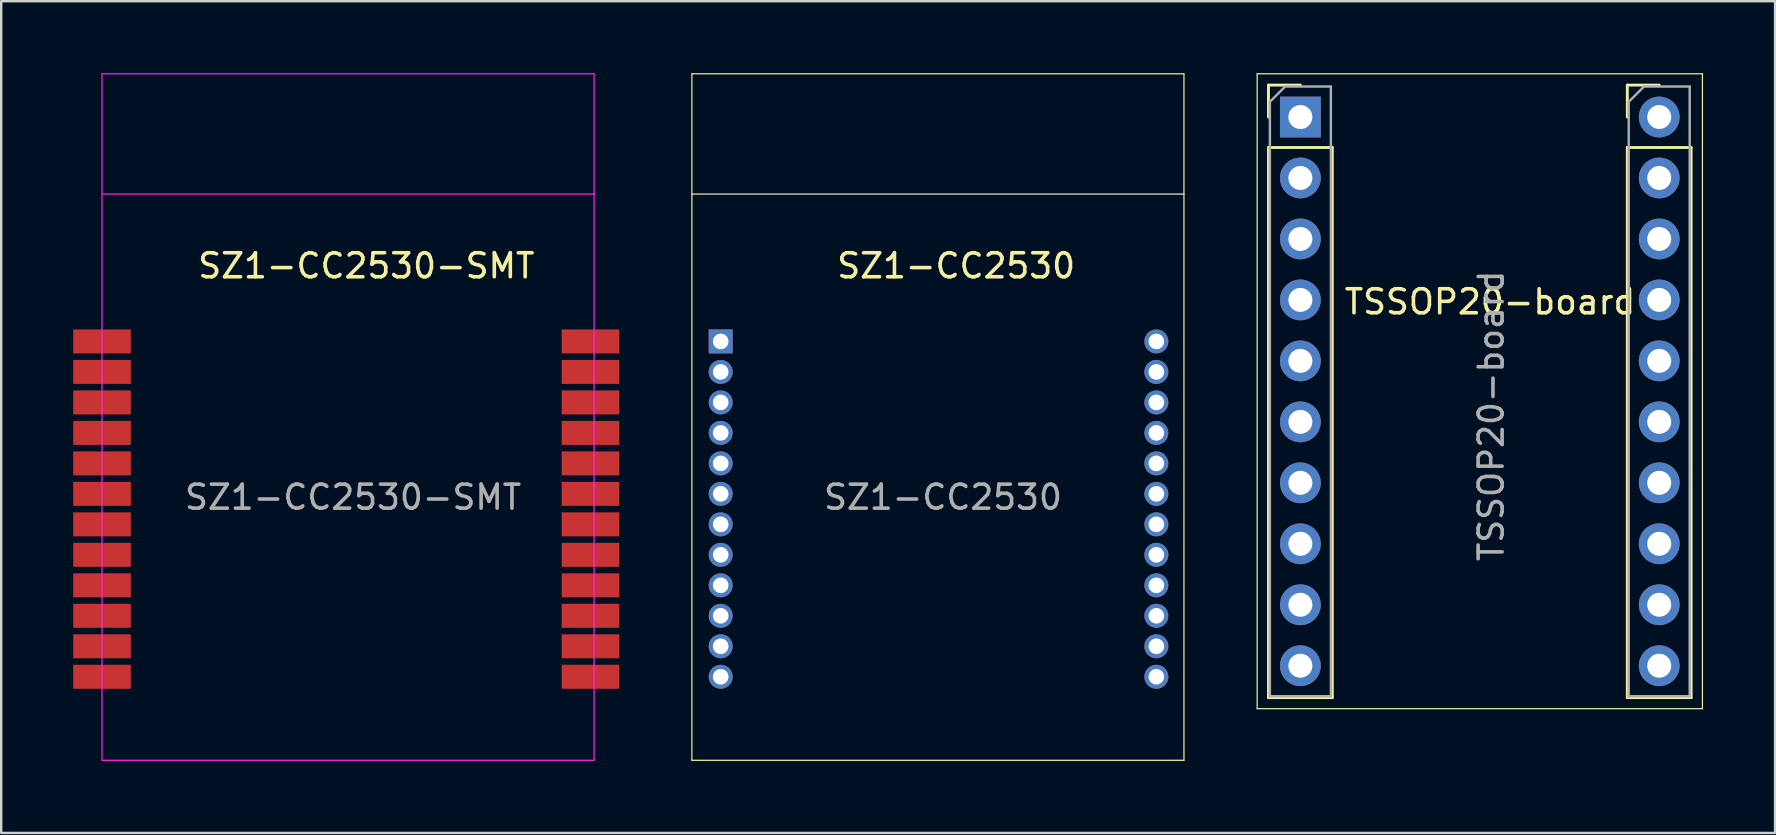
<source format=kicad_pcb>
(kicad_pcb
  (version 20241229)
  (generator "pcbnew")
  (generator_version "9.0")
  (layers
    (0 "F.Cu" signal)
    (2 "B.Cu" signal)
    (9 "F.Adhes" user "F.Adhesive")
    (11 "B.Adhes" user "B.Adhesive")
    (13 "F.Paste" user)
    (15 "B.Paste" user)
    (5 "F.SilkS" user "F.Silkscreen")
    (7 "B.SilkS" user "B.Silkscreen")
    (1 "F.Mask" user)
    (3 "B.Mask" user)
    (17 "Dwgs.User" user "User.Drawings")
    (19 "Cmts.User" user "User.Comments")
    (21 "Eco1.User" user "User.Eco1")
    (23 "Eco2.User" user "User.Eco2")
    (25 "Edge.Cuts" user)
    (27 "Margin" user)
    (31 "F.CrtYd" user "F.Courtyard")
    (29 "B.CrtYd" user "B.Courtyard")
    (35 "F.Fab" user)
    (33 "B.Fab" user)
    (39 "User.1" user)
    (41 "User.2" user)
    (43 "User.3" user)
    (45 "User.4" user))
  (footprint "SZ1-CC2530"
    (layer "F.Cu")
    (at 26.975 11.175)
    (property "Reference" "SZ1-CC2530" (at 9.81 -3.15 0) (layer "F.SilkS") (effects (font (size 1 1) (thickness 0.15))))
    (attr through_hole)
    (fp_line (start -1.2 -11.15) (end -1.2 17.45) (stroke (width 0.05) (type solid)) (layer "F.SilkS"))
    (fp_line (start -1.2 -11.15) (end 19.3 -11.15) (stroke (width 0.05) (type solid)) (layer "F.SilkS"))
    (fp_line (start -1.2 -6.14) (end 19.3 -6.14) (stroke (width 0.05) (type solid)) (layer "F.SilkS"))
    (fp_line (start -1.2 17.45) (end 19.3 17.45) (stroke (width 0.05) (type solid)) (layer "F.SilkS"))
    (fp_line (start 19.3 -11.15) (end 19.3 17.45) (stroke (width 0.05) (type solid)) (layer "F.SilkS"))
    (fp_text user "${REFERENCE}" (at 9.26 6.49 180) (layer "F.Fab") (effects (font (size 1 1) (thickness 0.15))))
    (pad "1" thru_hole rect (at 0 0) (size 1 1) (drill 0.65) (layers "*.Cu" "*.Mask"))
    (pad "2" thru_hole oval (at 0 1.27) (size 1 1) (drill 0.65) (layers "*.Cu" "*.Mask"))
    (pad "3" thru_hole oval (at 0 2.54) (size 1 1) (drill 0.65) (layers "*.Cu" "*.Mask"))
    (pad "4" thru_hole oval (at 0 3.81) (size 1 1) (drill 0.65) (layers "*.Cu" "*.Mask"))
    (pad "5" thru_hole oval (at 0 5.08) (size 1 1) (drill 0.65) (layers "*.Cu" "*.Mask"))
    (pad "6" thru_hole oval (at 0 6.35) (size 1 1) (drill 0.65) (layers "*.Cu" "*.Mask"))
    (pad "7" thru_hole oval (at 0 7.62) (size 1 1) (drill 0.65) (layers "*.Cu" "*.Mask"))
    (pad "8" thru_hole oval (at 0 8.89) (size 1 1) (drill 0.65) (layers "*.Cu" "*.Mask"))
    (pad "9" thru_hole oval (at 0 10.16) (size 1 1) (drill 0.65) (layers "*.Cu" "*.Mask"))
    (pad "10" thru_hole oval (at 0 11.43) (size 1 1) (drill 0.65) (layers "*.Cu" "*.Mask"))
    (pad "11" thru_hole oval (at 0 12.7) (size 1 1) (drill 0.65) (layers "*.Cu" "*.Mask"))
    (pad "12" thru_hole oval (at 0 13.97) (size 1 1) (drill 0.65) (layers "*.Cu" "*.Mask"))
    (pad "13" thru_hole oval (at 18.15 13.97) (size 1 1) (drill 0.65) (layers "*.Cu" "*.Mask"))
    (pad "14" thru_hole oval (at 18.15 12.7) (size 1 1) (drill 0.65) (layers "*.Cu" "*.Mask"))
    (pad "15" thru_hole oval (at 18.15 11.43) (size 1 1) (drill 0.65) (layers "*.Cu" "*.Mask"))
    (pad "16" thru_hole oval (at 18.15 10.16) (size 1 1) (drill 0.65) (layers "*.Cu" "*.Mask"))
    (pad "17" thru_hole oval (at 18.15 8.89) (size 1 1) (drill 0.65) (layers "*.Cu" "*.Mask"))
    (pad "18" thru_hole oval (at 18.15 7.62) (size 1 1) (drill 0.65) (layers "*.Cu" "*.Mask"))
    (pad "19" thru_hole oval (at 18.15 6.35) (size 1 1) (drill 0.65) (layers "*.Cu" "*.Mask"))
    (pad "20" thru_hole oval (at 18.15 5.08) (size 1 1) (drill 0.65) (layers "*.Cu" "*.Mask"))
    (pad "21" thru_hole oval (at 18.15 3.81) (size 1 1) (drill 0.65) (layers "*.Cu" "*.Mask"))
    (pad "22" thru_hole oval (at 18.15 2.54) (size 1 1) (drill 0.65) (layers "*.Cu" "*.Mask"))
    (pad "23" thru_hole oval (at 18.15 1.27) (size 1 1) (drill 0.65) (layers "*.Cu" "*.Mask"))
    (pad "24" thru_hole circle (at 18.15 0) (size 1 1) (drill 0.65) (layers "*.Cu" "*.Mask")))
  (footprint "TSSOP20-board"
    (layer "F.Cu")
    (at 51.125 1.825)
    (property "Reference" "TSSOP20-board" (at 7.9 7.7 0) (layer "F.SilkS") (effects (font (size 1 1) (thickness 0.15))))
    (attr through_hole)
    (fp_line (start -1.8 -1.8) (end -1.8 24.65) (stroke (width 0.05) (type solid)) (layer "F.SilkS"))
    (fp_line (start -1.8 -1.8) (end 16.75 -1.8) (stroke (width 0.05) (type solid)) (layer "F.SilkS"))
    (fp_line (start -1.8 24.65) (end 16.75 24.65) (stroke (width 0.05) (type solid)) (layer "F.SilkS"))
    (fp_line (start -1.33 -1.33) (end 0 -1.33) (stroke (width 0.12) (type solid)) (layer "F.SilkS"))
    (fp_line (start -1.33 0) (end -1.33 -1.33) (stroke (width 0.12) (type solid)) (layer "F.SilkS"))
    (fp_line (start -1.33 1.27) (end -1.33 24.19) (stroke (width 0.12) (type solid)) (layer "F.SilkS"))
    (fp_line (start -1.33 1.27) (end 1.33 1.27) (stroke (width 0.12) (type solid)) (layer "F.SilkS"))
    (fp_line (start -1.33 24.19) (end 1.33 24.19) (stroke (width 0.12) (type solid)) (layer "F.SilkS"))
    (fp_line (start 1.33 1.27) (end 1.33 24.19) (stroke (width 0.12) (type solid)) (layer "F.SilkS"))
    (fp_line (start 13.62 -1.33) (end 14.95 -1.33) (stroke (width 0.12) (type solid)) (layer "F.SilkS"))
    (fp_line (start 13.62 0) (end 13.62 -1.33) (stroke (width 0.12) (type solid)) (layer "F.SilkS"))
    (fp_line (start 13.62 1.27) (end 13.62 24.19) (stroke (width 0.12) (type solid)) (layer "F.SilkS"))
    (fp_line (start 13.62 1.27) (end 16.28 1.27) (stroke (width 0.12) (type solid)) (layer "F.SilkS"))
    (fp_line (start 13.62 24.19) (end 16.28 24.19) (stroke (width 0.12) (type solid)) (layer "F.SilkS"))
    (fp_line (start 16.28 1.27) (end 16.28 24.19) (stroke (width 0.12) (type solid)) (layer "F.SilkS"))
    (fp_line (start 16.75 24.65) (end 16.75 -1.8) (stroke (width 0.05) (type solid)) (layer "F.SilkS"))
    (fp_line (start -1.27 -0.635) (end -0.635 -1.27) (stroke (width 0.1) (type solid)) (layer "F.Fab"))
    (fp_line (start -1.27 24.13) (end -1.27 -0.635) (stroke (width 0.1) (type solid)) (layer "F.Fab"))
    (fp_line (start -0.635 -1.27) (end 1.27 -1.27) (stroke (width 0.1) (type solid)) (layer "F.Fab"))
    (fp_line (start 1.27 -1.27) (end 1.27 24.13) (stroke (width 0.1) (type solid)) (layer "F.Fab"))
    (fp_line (start 1.27 24.13) (end -1.27 24.13) (stroke (width 0.1) (type solid)) (layer "F.Fab"))
    (fp_line (start 13.68 -0.635) (end 14.315 -1.27) (stroke (width 0.1) (type solid)) (layer "F.Fab"))
    (fp_line (start 13.68 24.13) (end 13.68 -0.635) (stroke (width 0.1) (type solid)) (layer "F.Fab"))
    (fp_line (start 14.315 -1.27) (end 16.22 -1.27) (stroke (width 0.1) (type solid)) (layer "F.Fab"))
    (fp_line (start 16.22 -1.27) (end 16.22 24.13) (stroke (width 0.1) (type solid)) (layer "F.Fab"))
    (fp_line (start 16.22 24.13) (end 13.68 24.13) (stroke (width 0.1) (type solid)) (layer "F.Fab"))
    (fp_text user "${REFERENCE}" (at 7.95 12.45 90) (layer "F.Fab") (effects (font (size 1 1) (thickness 0.15))))
    (pad "1" thru_hole rect (at 0 0) (size 1.7 1.7) (drill 1) (layers "*.Cu" "*.Mask"))
    (pad "2" thru_hole oval (at 0 2.54) (size 1.7 1.7) (drill 1) (layers "*.Cu" "*.Mask"))
    (pad "3" thru_hole oval (at 0 5.08) (size 1.7 1.7) (drill 1) (layers "*.Cu" "*.Mask"))
    (pad "4" thru_hole oval (at 0 7.62) (size 1.7 1.7) (drill 1) (layers "*.Cu" "*.Mask"))
    (pad "5" thru_hole oval (at 0 10.16) (size 1.7 1.7) (drill 1) (layers "*.Cu" "*.Mask"))
    (pad "6" thru_hole oval (at 0 12.7) (size 1.7 1.7) (drill 1) (layers "*.Cu" "*.Mask"))
    (pad "7" thru_hole oval (at 0 15.24) (size 1.7 1.7) (drill 1) (layers "*.Cu" "*.Mask"))
    (pad "8" thru_hole oval (at 0 17.78) (size 1.7 1.7) (drill 1) (layers "*.Cu" "*.Mask"))
    (pad "9" thru_hole oval (at 0 20.32) (size 1.7 1.7) (drill 1) (layers "*.Cu" "*.Mask"))
    (pad "10" thru_hole oval (at 0 22.86) (size 1.7 1.7) (drill 1) (layers "*.Cu" "*.Mask"))
    (pad "11" thru_hole oval (at 14.95 22.86) (size 1.7 1.7) (drill 1) (layers "*.Cu" "*.Mask"))
    (pad "12" thru_hole oval (at 14.95 20.32) (size 1.7 1.7) (drill 1) (layers "*.Cu" "*.Mask"))
    (pad "13" thru_hole oval (at 14.95 17.78) (size 1.7 1.7) (drill 1) (layers "*.Cu" "*.Mask"))
    (pad "14" thru_hole oval (at 14.95 15.24) (size 1.7 1.7) (drill 1) (layers "*.Cu" "*.Mask"))
    (pad "15" thru_hole oval (at 14.95 12.7) (size 1.7 1.7) (drill 1) (layers "*.Cu" "*.Mask"))
    (pad "16" thru_hole oval (at 14.95 10.16) (size 1.7 1.7) (drill 1) (layers "*.Cu" "*.Mask"))
    (pad "17" thru_hole oval (at 14.95 7.62) (size 1.7 1.7) (drill 1) (layers "*.Cu" "*.Mask"))
    (pad "18" thru_hole oval (at 14.95 5.08) (size 1.7 1.7) (drill 1) (layers "*.Cu" "*.Mask"))
    (pad "19" thru_hole oval (at 14.95 2.54) (size 1.7 1.7) (drill 1) (layers "*.Cu" "*.Mask"))
    (pad "20" thru_hole circle (at 14.95 0) (size 1.7 1.7) (drill 1) (layers "*.Cu" "*.Mask")))
  (footprint "SZ1-CC2530-SMT"
    (layer "F.Cu")
    (at 2.4 11.175)
    (property "Reference" "SZ1-CC2530-SMT" (at 9.81 -3.15 0) (layer "F.SilkS") (effects (font (size 1 1) (thickness 0.15))))
    (attr through_hole)
    (fp_line (start -1.2 -11.15) (end -1.2 17.45) (stroke (width 0.05) (type solid)) (layer "F.CrtYd"))
    (fp_line (start -1.2 -11.15) (end 19.3 -11.15) (stroke (width 0.05) (type solid)) (layer "F.CrtYd"))
    (fp_line (start -1.2 17.45) (end 19.3 17.45) (stroke (width 0.05) (type solid)) (layer "F.CrtYd"))
    (fp_line (start -1.19 -6.14) (end 19.31 -6.14) (stroke (width 0.05) (type solid)) (layer "F.CrtYd"))
    (fp_line (start 19.3 -11.15) (end 19.3 17.45) (stroke (width 0.05) (type solid)) (layer "F.CrtYd"))
    (fp_text user "${REFERENCE}" (at 9.26 6.49 180) (layer "F.Fab") (effects (font (size 1 1) (thickness 0.15))))
    (pad "1" smd rect (at -1.2 0) (size 2.4 1) (layers "F.Cu" "F.Mask" "F.Paste"))
    (pad "2" smd rect (at -1.2 1.27) (size 2.4 1) (layers "F.Cu" "F.Mask" "F.Paste"))
    (pad "3" smd rect (at -1.2 2.54) (size 2.4 1) (layers "F.Cu" "F.Mask" "F.Paste"))
    (pad "4" smd rect (at -1.2 3.81) (size 2.4 1) (layers "F.Cu" "F.Mask" "F.Paste"))
    (pad "5" smd rect (at -1.2 5.08) (size 2.4 1) (layers "F.Cu" "F.Mask" "F.Paste"))
    (pad "6" smd rect (at -1.2 6.35) (size 2.4 1) (layers "F.Cu" "F.Mask" "F.Paste"))
    (pad "7" smd rect (at -1.2 7.62) (size 2.4 1) (layers "F.Cu" "F.Mask" "F.Paste"))
    (pad "8" smd rect (at -1.2 8.89) (size 2.4 1) (layers "F.Cu" "F.Mask" "F.Paste"))
    (pad "9" smd rect (at -1.2 10.16) (size 2.4 1) (layers "F.Cu" "F.Mask" "F.Paste"))
    (pad "10" smd rect (at -1.2 11.43) (size 2.4 1) (layers "F.Cu" "F.Mask" "F.Paste"))
    (pad "11" smd rect (at -1.2 12.7) (size 2.4 1) (layers "F.Cu" "F.Mask" "F.Paste"))
    (pad "12" smd rect (at -1.2 13.97) (size 2.4 1) (layers "F.Cu" "F.Mask" "F.Paste"))
    (pad "13" smd rect (at 19.15 13.97) (size 2.4 1) (layers "F.Cu" "F.Mask" "F.Paste"))
    (pad "14" smd rect (at 19.15 12.7) (size 2.4 1) (layers "F.Cu" "F.Mask" "F.Paste"))
    (pad "15" smd rect (at 19.15 11.43) (size 2.4 1) (layers "F.Cu" "F.Mask" "F.Paste"))
    (pad "16" smd rect (at 19.15 10.16) (size 2.4 1) (layers "F.Cu" "F.Mask" "F.Paste"))
    (pad "17" smd rect (at 19.15 8.89) (size 2.4 1) (layers "F.Cu" "F.Mask" "F.Paste"))
    (pad "18" smd rect (at 19.15 7.62) (size 2.4 1) (layers "F.Cu" "F.Mask" "F.Paste"))
    (pad "19" smd rect (at 19.15 6.35) (size 2.4 1) (layers "F.Cu" "F.Mask" "F.Paste"))
    (pad "20" smd rect (at 19.15 5.08) (size 2.4 1) (layers "F.Cu" "F.Mask" "F.Paste"))
    (pad "21" smd rect (at 19.15 3.81) (size 2.4 1) (layers "F.Cu" "F.Mask" "F.Paste"))
    (pad "22" smd rect (at 19.15 2.54) (size 2.4 1) (layers "F.Cu" "F.Mask" "F.Paste"))
    (pad "23" smd rect (at 19.15 1.27) (size 2.4 1) (layers "F.Cu" "F.Mask" "F.Paste"))
    (pad "24" smd rect (at 19.15 0) (size 2.4 1) (layers "F.Cu" "F.Mask" "F.Paste")))
  (gr_rect
    (start -3 -3)
    (end 70.9 31.65)
    (stroke (width 0.1) (type default))
    (fill no)
    (layer "Edge.Cuts")))
</source>
